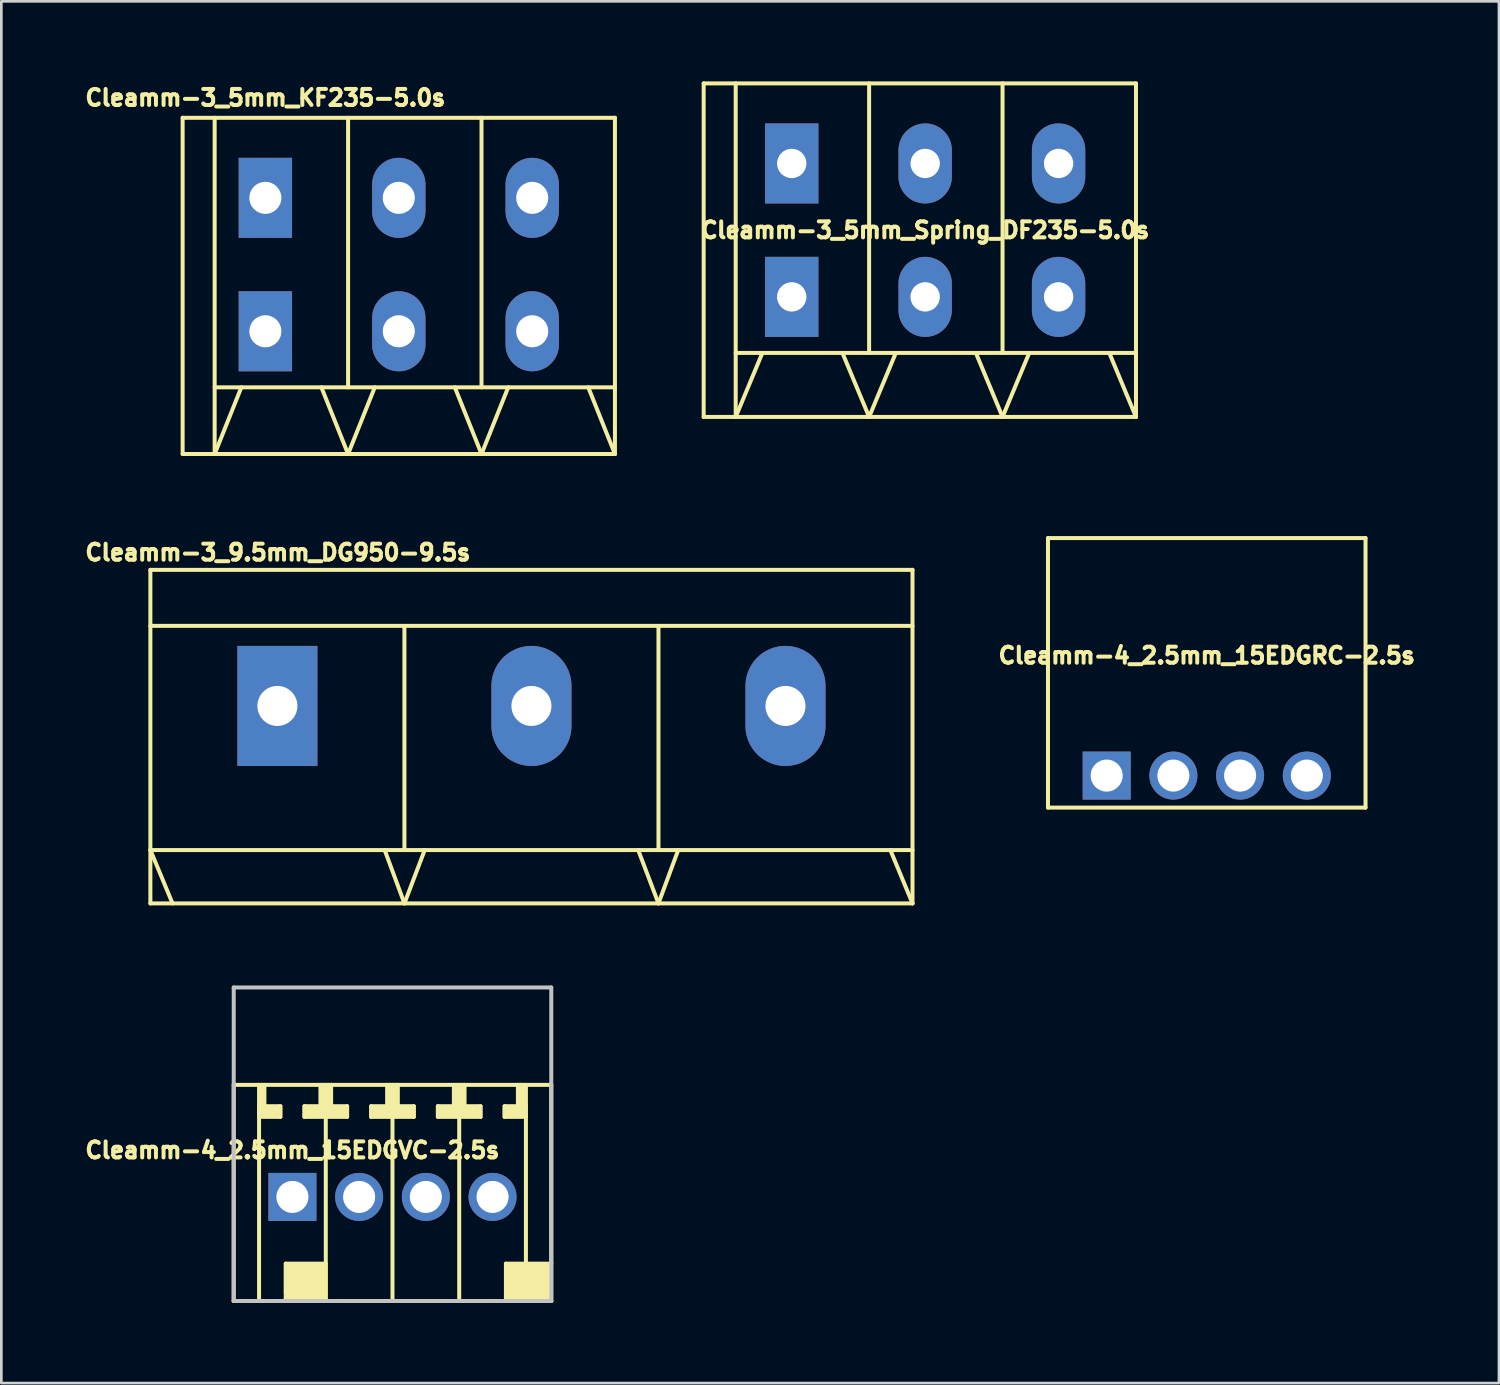
<source format=kicad_pcb>
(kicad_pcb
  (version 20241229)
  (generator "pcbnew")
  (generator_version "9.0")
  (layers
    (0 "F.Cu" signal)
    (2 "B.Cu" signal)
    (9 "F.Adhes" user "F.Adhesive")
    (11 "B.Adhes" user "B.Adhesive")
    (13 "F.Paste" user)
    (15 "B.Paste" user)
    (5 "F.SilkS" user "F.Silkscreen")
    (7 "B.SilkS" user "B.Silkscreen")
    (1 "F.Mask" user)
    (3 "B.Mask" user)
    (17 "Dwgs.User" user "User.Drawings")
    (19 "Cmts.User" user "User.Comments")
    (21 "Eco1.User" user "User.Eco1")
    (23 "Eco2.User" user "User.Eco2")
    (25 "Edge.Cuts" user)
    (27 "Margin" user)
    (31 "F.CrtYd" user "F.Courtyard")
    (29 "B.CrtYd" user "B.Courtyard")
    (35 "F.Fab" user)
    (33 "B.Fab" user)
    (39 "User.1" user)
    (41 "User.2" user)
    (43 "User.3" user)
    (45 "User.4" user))
  (footprint "Cleamm-4_2.5mm_15EDGVC-2.5s"
    (layer "F.Cu")
    (at 11.658 41.803)
    (property "Reference" "Cleamm-4_2.5mm_15EDGVC-2.5s" (at -3.75 -1.75 180) (layer "F.SilkS") (effects (font (size 0.6 0.6) (thickness 0.15))))
    (attr through_hole)
    (fp_line (start -5.95 -4.2) (end 5.95 -4.2) (stroke (width 0.15) (type solid)) (layer "F.SilkS"))
    (fp_line (start -5.95 3.9) (end -5.95 -4.2) (stroke (width 0.15) (type solid)) (layer "F.SilkS"))
    (fp_line (start -5 -4.2) (end -5 3.9) (stroke (width 0.15) (type solid)) (layer "F.SilkS"))
    (fp_line (start -5 -3.4) (end -4.2 -3.4) (stroke (width 0.15) (type solid)) (layer "F.SilkS"))
    (fp_line (start -5 -3.3) (end -4.2 -3.3) (stroke (width 0.15) (type solid)) (layer "F.SilkS"))
    (fp_line (start -5 -3.2) (end -4.2 -3.2) (stroke (width 0.15) (type solid)) (layer "F.SilkS"))
    (fp_line (start -4.9 -4.2) (end -4.9 -3.4) (stroke (width 0.15) (type solid)) (layer "F.SilkS"))
    (fp_line (start -4.8 -4.2) (end -4.8 -3.4) (stroke (width 0.15) (type solid)) (layer "F.SilkS"))
    (fp_line (start -4.2 -3.4) (end -4.2 -3) (stroke (width 0.15) (type solid)) (layer "F.SilkS"))
    (fp_line (start -4.2 -3.1) (end -5 -3.1) (stroke (width 0.15) (type solid)) (layer "F.SilkS"))
    (fp_line (start -4.2 -3) (end -5 -3) (stroke (width 0.15) (type solid)) (layer "F.SilkS"))
    (fp_line (start -4 2.5) (end -4 3.9) (stroke (width 0.15) (type solid)) (layer "F.SilkS"))
    (fp_line (start -4 2.5) (end -2.5 2.5) (stroke (width 0.15) (type solid)) (layer "F.SilkS"))
    (fp_line (start -4 2.7) (end -2.5 2.7) (stroke (width 0.15) (type solid)) (layer "F.SilkS"))
    (fp_line (start -4 2.9) (end -2.5 2.9) (stroke (width 0.15) (type solid)) (layer "F.SilkS"))
    (fp_line (start -4 3.1) (end -2.5 3.1) (stroke (width 0.15) (type solid)) (layer "F.SilkS"))
    (fp_line (start -4 3.3) (end -2.5 3.3) (stroke (width 0.15) (type solid)) (layer "F.SilkS"))
    (fp_line (start -4 3.5) (end -2.5 3.5) (stroke (width 0.15) (type solid)) (layer "F.SilkS"))
    (fp_line (start -4 3.8) (end -2.5 3.8) (stroke (width 0.15) (type solid)) (layer "F.SilkS"))
    (fp_line (start -3.9 3.7) (end -2.5 3.7) (stroke (width 0.15) (type solid)) (layer "F.SilkS"))
    (fp_line (start -3.3 -3.4) (end -3.3 -3) (stroke (width 0.15) (type solid)) (layer "F.SilkS"))
    (fp_line (start -3.3 -3.3) (end -1.7 -3.3) (stroke (width 0.15) (type solid)) (layer "F.SilkS"))
    (fp_line (start -3.3 -3.1) (end -1.7 -3.1) (stroke (width 0.15) (type solid)) (layer "F.SilkS"))
    (fp_line (start -3.3 -3) (end -1.7 -3) (stroke (width 0.15) (type solid)) (layer "F.SilkS"))
    (fp_line (start -2.7 -4.2) (end -2.7 -3.4) (stroke (width 0.15) (type solid)) (layer "F.SilkS"))
    (fp_line (start -2.7 -3.4) (end -3.3 -3.4) (stroke (width 0.15) (type solid)) (layer "F.SilkS"))
    (fp_line (start -2.6 -4.2) (end -2.6 -3.4) (stroke (width 0.15) (type solid)) (layer "F.SilkS"))
    (fp_line (start -2.5 -4.2) (end -2.5 3.9) (stroke (width 0.15) (type solid)) (layer "F.SilkS"))
    (fp_line (start -2.5 2.6) (end -4 2.6) (stroke (width 0.15) (type solid)) (layer "F.SilkS"))
    (fp_line (start -2.5 2.8) (end -4 2.8) (stroke (width 0.15) (type solid)) (layer "F.SilkS"))
    (fp_line (start -2.5 3) (end -4 3) (stroke (width 0.15) (type solid)) (layer "F.SilkS"))
    (fp_line (start -2.5 3.2) (end -4 3.2) (stroke (width 0.15) (type solid)) (layer "F.SilkS"))
    (fp_line (start -2.5 3.4) (end -4 3.4) (stroke (width 0.15) (type solid)) (layer "F.SilkS"))
    (fp_line (start -2.5 3.6) (end -4 3.6) (stroke (width 0.15) (type solid)) (layer "F.SilkS"))
    (fp_line (start -2.4 -4.2) (end -2.4 -3.4) (stroke (width 0.15) (type solid)) (layer "F.SilkS"))
    (fp_line (start -2.3 -4.2) (end -2.3 -3.4) (stroke (width 0.15) (type solid)) (layer "F.SilkS"))
    (fp_line (start -1.7 -3.4) (end -2.3 -3.4) (stroke (width 0.15) (type solid)) (layer "F.SilkS"))
    (fp_line (start -1.7 -3.2) (end -3.3 -3.2) (stroke (width 0.15) (type solid)) (layer "F.SilkS"))
    (fp_line (start -1.7 -3) (end -1.7 -3.4) (stroke (width 0.15) (type solid)) (layer "F.SilkS"))
    (fp_line (start -0.8 -3.4) (end -0.8 -3) (stroke (width 0.15) (type solid)) (layer "F.SilkS"))
    (fp_line (start -0.8 -3.3) (end 0.8 -3.3) (stroke (width 0.15) (type solid)) (layer "F.SilkS"))
    (fp_line (start -0.8 -3.1) (end 0.8 -3.1) (stroke (width 0.15) (type solid)) (layer "F.SilkS"))
    (fp_line (start -0.8 -3) (end 0.8 -3) (stroke (width 0.15) (type solid)) (layer "F.SilkS"))
    (fp_line (start -0.2 -4.2) (end -0.2 -3.4) (stroke (width 0.15) (type solid)) (layer "F.SilkS"))
    (fp_line (start -0.2 -3.4) (end -0.8 -3.4) (stroke (width 0.15) (type solid)) (layer "F.SilkS"))
    (fp_line (start -0.1 -4.2) (end -0.1 -3.4) (stroke (width 0.15) (type solid)) (layer "F.SilkS"))
    (fp_line (start 0 3.9) (end 0 -4.2) (stroke (width 0.15) (type solid)) (layer "F.SilkS"))
    (fp_line (start 0.1 -4.2) (end 0.1 -3.4) (stroke (width 0.15) (type solid)) (layer "F.SilkS"))
    (fp_line (start 0.2 -4.2) (end 0.2 -3.4) (stroke (width 0.15) (type solid)) (layer "F.SilkS"))
    (fp_line (start 0.8 -3.4) (end 0.2 -3.4) (stroke (width 0.15) (type solid)) (layer "F.SilkS"))
    (fp_line (start 0.8 -3.2) (end -0.8 -3.2) (stroke (width 0.15) (type solid)) (layer "F.SilkS"))
    (fp_line (start 0.8 -3) (end 0.8 -3.4) (stroke (width 0.15) (type solid)) (layer "F.SilkS"))
    (fp_line (start 1.7 -3.4) (end 1.7 -3) (stroke (width 0.15) (type solid)) (layer "F.SilkS"))
    (fp_line (start 1.7 -3.3) (end 3.3 -3.3) (stroke (width 0.15) (type solid)) (layer "F.SilkS"))
    (fp_line (start 1.7 -3.1) (end 3.3 -3.1) (stroke (width 0.15) (type solid)) (layer "F.SilkS"))
    (fp_line (start 1.7 -3) (end 3.3 -3) (stroke (width 0.15) (type solid)) (layer "F.SilkS"))
    (fp_line (start 2.3 -4.2) (end 2.3 -3.4) (stroke (width 0.15) (type solid)) (layer "F.SilkS"))
    (fp_line (start 2.3 -3.4) (end 1.7 -3.4) (stroke (width 0.15) (type solid)) (layer "F.SilkS"))
    (fp_line (start 2.4 -4.2) (end 2.4 -3.4) (stroke (width 0.15) (type solid)) (layer "F.SilkS"))
    (fp_line (start 2.5 3.9) (end 2.5 -4.2) (stroke (width 0.15) (type solid)) (layer "F.SilkS"))
    (fp_line (start 2.6 -4.2) (end 2.6 -3.4) (stroke (width 0.15) (type solid)) (layer "F.SilkS"))
    (fp_line (start 2.7 -4.2) (end 2.7 -3.4) (stroke (width 0.15) (type solid)) (layer "F.SilkS"))
    (fp_line (start 3.3 -3.4) (end 2.7 -3.4) (stroke (width 0.15) (type solid)) (layer "F.SilkS"))
    (fp_line (start 3.3 -3.2) (end 1.7 -3.2) (stroke (width 0.15) (type solid)) (layer "F.SilkS"))
    (fp_line (start 3.3 -3) (end 3.3 -3.4) (stroke (width 0.15) (type solid)) (layer "F.SilkS"))
    (fp_line (start 4.2 -3.4) (end 4.2 -3) (stroke (width 0.15) (type solid)) (layer "F.SilkS"))
    (fp_line (start 4.2 -3.1) (end 5 -3.1) (stroke (width 0.15) (type solid)) (layer "F.SilkS"))
    (fp_line (start 4.2 -3) (end 5 -3) (stroke (width 0.15) (type solid)) (layer "F.SilkS"))
    (fp_line (start 4.25 2.5) (end 4.25 3.9) (stroke (width 0.15) (type solid)) (layer "F.SilkS"))
    (fp_line (start 4.3 2.6) (end 5.9 2.6) (stroke (width 0.15) (type solid)) (layer "F.SilkS"))
    (fp_line (start 4.3 2.8) (end 5.9 2.8) (stroke (width 0.15) (type solid)) (layer "F.SilkS"))
    (fp_line (start 4.3 3) (end 5.9 3) (stroke (width 0.15) (type solid)) (layer "F.SilkS"))
    (fp_line (start 4.3 3.2) (end 5.9 3.2) (stroke (width 0.15) (type solid)) (layer "F.SilkS"))
    (fp_line (start 4.3 3.4) (end 5.9 3.4) (stroke (width 0.15) (type solid)) (layer "F.SilkS"))
    (fp_line (start 4.3 3.6) (end 5.9 3.6) (stroke (width 0.15) (type solid)) (layer "F.SilkS"))
    (fp_line (start 4.3 3.8) (end 5.9 3.8) (stroke (width 0.15) (type solid)) (layer "F.SilkS"))
    (fp_line (start 4.7 -4.2) (end 4.7 -3.4) (stroke (width 0.15) (type solid)) (layer "F.SilkS"))
    (fp_line (start 4.8 -3.4) (end 4.8 -4.2) (stroke (width 0.15) (type solid)) (layer "F.SilkS"))
    (fp_line (start 4.9 -4.2) (end 4.9 -3.4) (stroke (width 0.15) (type solid)) (layer "F.SilkS"))
    (fp_line (start 5 -3.4) (end 4.2 -3.4) (stroke (width 0.15) (type solid)) (layer "F.SilkS"))
    (fp_line (start 5 -3.3) (end 4.2 -3.3) (stroke (width 0.15) (type solid)) (layer "F.SilkS"))
    (fp_line (start 5 -3.2) (end 4.2 -3.2) (stroke (width 0.15) (type solid)) (layer "F.SilkS"))
    (fp_line (start 5 2.5) (end 5 -4.2) (stroke (width 0.15) (type solid)) (layer "F.SilkS"))
    (fp_line (start 5.9 2.7) (end 4.3 2.7) (stroke (width 0.15) (type solid)) (layer "F.SilkS"))
    (fp_line (start 5.9 2.9) (end 4.3 2.9) (stroke (width 0.15) (type solid)) (layer "F.SilkS"))
    (fp_line (start 5.9 3.1) (end 4.3 3.1) (stroke (width 0.15) (type solid)) (layer "F.SilkS"))
    (fp_line (start 5.9 3.3) (end 4.3 3.3) (stroke (width 0.15) (type solid)) (layer "F.SilkS"))
    (fp_line (start 5.9 3.5) (end 4.3 3.5) (stroke (width 0.15) (type solid)) (layer "F.SilkS"))
    (fp_line (start 5.9 3.7) (end 4.3 3.7) (stroke (width 0.15) (type solid)) (layer "F.SilkS"))
    (fp_line (start 5.95 2.5) (end 4.25 2.5) (stroke (width 0.15) (type solid)) (layer "F.SilkS"))
    (fp_line (start 5.95 3.9) (end -5.95 3.9) (stroke (width 0.15) (type solid)) (layer "F.SilkS"))
    (fp_line (start 5.95 3.9) (end 5.95 -4.2) (stroke (width 0.15) (type solid)) (layer "F.SilkS"))
    (fp_line (start -5.95 -7.85) (end -5.95 3.9) (stroke (width 0.15) (type solid)) (layer "Dwgs.User"))
    (fp_line (start -5.95 -7.85) (end 5.95 -7.85) (stroke (width 0.15) (type solid)) (layer "Dwgs.User"))
    (fp_line (start 5.95 3.9) (end -5.95 3.9) (stroke (width 0.15) (type solid)) (layer "Dwgs.User"))
    (fp_line (start 5.95 3.9) (end 5.95 -7.85) (stroke (width 0.15) (type solid)) (layer "Dwgs.User"))
    (pad "1" thru_hole rect (at -3.75 0) (size 1.8 1.8) (drill 1.2) (layers "*.Cu" "*.Mask"))
    (pad "2" thru_hole circle (at -1.25 0) (size 1.8 1.8) (drill 1.2) (layers "*.Cu" "*.Mask"))
    (pad "3" thru_hole circle (at 1.25 0) (size 1.8 1.8) (drill 1.2) (layers "*.Cu" "*.Mask"))
    (pad "4" thru_hole circle (at 3.75 0) (size 1.8 1.8) (drill 1.2) (layers "*.Cu" "*.Mask")))
  (footprint "Cleamm-3_9.5mm_DG950-9.5s"
    (layer "F.Cu")
    (at 16.865 23.404)
    (property "Reference" "Cleamm-3_9.5mm_DG950-9.5s" (at -9.5 -5.75 0) (layer "F.SilkS") (effects (font (size 0.6 0.6) (thickness 0.15))))
    (attr through_hole)
    (fp_line (start -14.28 -5.1) (end -14.28 7.4) (stroke (width 0.15) (type solid)) (layer "F.SilkS"))
    (fp_line (start -14.28 -5.1) (end 14.28 -5.1) (stroke (width 0.15) (type solid)) (layer "F.SilkS"))
    (fp_line (start -14.28 7.4) (end 14.28 7.4) (stroke (width 0.15) (type solid)) (layer "F.SilkS"))
    (fp_line (start -13.45 7.4) (end -14.28 5.4) (stroke (width 0.15) (type solid)) (layer "F.SilkS"))
    (fp_line (start -4.76 5.4) (end -4.76 -3) (stroke (width 0.15) (type solid)) (layer "F.SilkS"))
    (fp_line (start -4.76 7.4) (end -5.5 5.4) (stroke (width 0.15) (type solid)) (layer "F.SilkS"))
    (fp_line (start -4.76 7.4) (end -4 5.4) (stroke (width 0.15) (type solid)) (layer "F.SilkS"))
    (fp_line (start 4.76 5.4) (end 4.76 -3) (stroke (width 0.15) (type solid)) (layer "F.SilkS"))
    (fp_line (start 4.76 7.4) (end 4 5.4) (stroke (width 0.15) (type solid)) (layer "F.SilkS"))
    (fp_line (start 4.76 7.4) (end 5.5 5.4) (stroke (width 0.15) (type solid)) (layer "F.SilkS"))
    (fp_line (start 14.28 -3) (end -14.28 -3) (stroke (width 0.15) (type solid)) (layer "F.SilkS"))
    (fp_line (start 14.28 5.4) (end -14.28 5.4) (stroke (width 0.15) (type solid)) (layer "F.SilkS"))
    (fp_line (start 14.28 7.4) (end 13.45 5.4) (stroke (width 0.15) (type solid)) (layer "F.SilkS"))
    (fp_line (start 14.28 7.4) (end 14.28 -5.1) (stroke (width 0.15) (type solid)) (layer "F.SilkS"))
    (pad "1" thru_hole rect (at -9.52 0) (size 3 4.5) (drill 1.5) (layers "*.Cu" "*.Mask"))
    (pad "2" thru_hole oval (at 0 0) (size 3 4.5) (drill 1.5) (layers "*.Cu" "*.Mask"))
    (pad "3" thru_hole oval (at 9.52 0) (size 3 4.5) (drill 1.5) (layers "*.Cu" "*.Mask")))
  (footprint "Cleamm-4_2.5mm_15EDGRC-2.5s"
    (layer "F.Cu")
    (at 42.171 26.014)
    (property "Reference" "Cleamm-4_2.5mm_15EDGRC-2.5s" (at 0 -4.5 0) (layer "F.SilkS") (effects (font (size 0.6 0.6) (thickness 0.15))))
    (attr through_hole)
    (fp_line (start -5.95 -8.9) (end -5.95 1.2) (stroke (width 0.15) (type solid)) (layer "F.SilkS"))
    (fp_line (start 5.95 -8.9) (end -5.95 -8.9) (stroke (width 0.15) (type solid)) (layer "F.SilkS"))
    (fp_line (start 5.95 -8.9) (end 5.95 1.2) (stroke (width 0.15) (type solid)) (layer "F.SilkS"))
    (fp_line (start 5.95 1.2) (end -5.95 1.2) (stroke (width 0.15) (type solid)) (layer "F.SilkS"))
    (pad "1" thru_hole rect (at -3.75 0) (size 1.8 1.8) (drill 1.2) (layers "*.Cu" "*.Mask"))
    (pad "2" thru_hole circle (at -1.25 0) (size 1.8 1.8) (drill 1.2) (layers "*.Cu" "*.Mask"))
    (pad "3" thru_hole circle (at 1.25 0) (size 1.8 1.8) (drill 1.2) (layers "*.Cu" "*.Mask"))
    (pad "4" thru_hole circle (at 3.75 0) (size 1.8 1.8) (drill 1.2) (layers "*.Cu" "*.Mask")))
  (footprint "Cleamm-3_5mm_KF235-5.0s"
    (layer "F.Cu")
    (at 6.894 6.864)
    (property "Reference" "Cleamm-3_5mm_KF235-5.0s" (at 0 -6.25 0) (layer "F.SilkS") (effects (font (size 0.6 0.6) (thickness 0.15))))
    (attr through_hole)
    (fp_line (start -3.1 -5.5) (end -3.1 7.1) (stroke (width 0.15) (type solid)) (layer "F.SilkS"))
    (fp_line (start -1.9 -5.5) (end -1.9 7.1) (stroke (width 0.15) (type solid)) (layer "F.SilkS"))
    (fp_line (start -1.9 7.1) (end -0.9 4.6) (stroke (width 0.15) (type solid)) (layer "F.SilkS"))
    (fp_line (start 2.1 4.6) (end 3.1 7.1) (stroke (width 0.15) (type solid)) (layer "F.SilkS"))
    (fp_line (start 3.1 4.6) (end 3.1 -5.5) (stroke (width 0.15) (type solid)) (layer "F.SilkS"))
    (fp_line (start 3.1 7.1) (end 4.1 4.6) (stroke (width 0.15) (type solid)) (layer "F.SilkS"))
    (fp_line (start 7.1 4.6) (end 8.1 7.1) (stroke (width 0.15) (type solid)) (layer "F.SilkS"))
    (fp_line (start 8.1 4.6) (end 8.1 -5.5) (stroke (width 0.15) (type solid)) (layer "F.SilkS"))
    (fp_line (start 8.1 7.1) (end 9.1 4.6) (stroke (width 0.15) (type solid)) (layer "F.SilkS"))
    (fp_line (start 13.1 -5.5) (end -3.1 -5.5) (stroke (width 0.15) (type solid)) (layer "F.SilkS"))
    (fp_line (start 13.1 -5.5) (end 13.1 7.1) (stroke (width 0.15) (type solid)) (layer "F.SilkS"))
    (fp_line (start 13.1 4.6) (end -1.9 4.6) (stroke (width 0.15) (type solid)) (layer "F.SilkS"))
    (fp_line (start 13.1 7.1) (end -3.1 7.1) (stroke (width 0.15) (type solid)) (layer "F.SilkS"))
    (fp_line (start 13.1 7.1) (end 12.1 4.6) (stroke (width 0.15) (type solid)) (layer "F.SilkS"))
    (pad "1" thru_hole rect (at 0 -2.5) (size 2 3) (drill 1.2) (layers "*.Cu" "*.Mask"))
    (pad "1" thru_hole rect (at 0 2.5) (size 2 3) (drill 1.2) (layers "*.Cu" "*.Mask"))
    (pad "2" thru_hole oval (at 5 -2.5) (size 2 3) (drill 1.2) (layers "*.Cu" "*.Mask"))
    (pad "2" thru_hole oval (at 5 2.5) (size 2 3) (drill 1.2) (layers "*.Cu" "*.Mask"))
    (pad "3" thru_hole oval (at 10 -2.5) (size 2 3) (drill 1.2) (layers "*.Cu" "*.Mask"))
    (pad "3" thru_hole oval (at 10 2.5) (size 2 3) (drill 1.2) (layers "*.Cu" "*.Mask")))
  (footprint "Cleamm-3_5mm_Spring_DF235-5.0s"
    (layer "F.Cu")
    (at 31.619 5.575)
    (property "Reference" "Cleamm-3_5mm_Spring_DF235-5.0s" (at 0 0 0) (layer "F.SilkS") (effects (font (size 0.6 0.6) (thickness 0.15))))
    (attr through_hole)
    (fp_line (start -8.3 -5.5) (end -8.3 7) (stroke (width 0.15) (type solid)) (layer "F.SilkS"))
    (fp_line (start -7.1 -5.5) (end -7.1 7) (stroke (width 0.15) (type solid)) (layer "F.SilkS"))
    (fp_line (start -7.1 7) (end -6.1 4.6) (stroke (width 0.15) (type solid)) (layer "F.SilkS"))
    (fp_line (start -3.1 4.6) (end -2.1 7) (stroke (width 0.15) (type solid)) (layer "F.SilkS"))
    (fp_line (start -2.1 4.6) (end -2.1 -5.5) (stroke (width 0.15) (type solid)) (layer "F.SilkS"))
    (fp_line (start -2.1 7) (end -1.1 4.6) (stroke (width 0.15) (type solid)) (layer "F.SilkS"))
    (fp_line (start 2.9 4.6) (end 2.9 -5.5) (stroke (width 0.15) (type solid)) (layer "F.SilkS"))
    (fp_line (start 2.9 7) (end 1.9 4.6) (stroke (width 0.15) (type solid)) (layer "F.SilkS"))
    (fp_line (start 2.9 7) (end 3.9 4.6) (stroke (width 0.15) (type solid)) (layer "F.SilkS"))
    (fp_line (start 7.9 -5.5) (end -8.3 -5.5) (stroke (width 0.15) (type solid)) (layer "F.SilkS"))
    (fp_line (start 7.9 -5.5) (end 7.9 7) (stroke (width 0.15) (type solid)) (layer "F.SilkS"))
    (fp_line (start 7.9 4.6) (end -7.1 4.6) (stroke (width 0.15) (type solid)) (layer "F.SilkS"))
    (fp_line (start 7.9 7) (end -8.3 7) (stroke (width 0.15) (type solid)) (layer "F.SilkS"))
    (fp_line (start 7.9 7) (end 6.9 4.6) (stroke (width 0.15) (type solid)) (layer "F.SilkS"))
    (pad "1" thru_hole rect (at -5 -2.5) (size 2 3) (drill 1.1) (layers "*.Cu" "*.Mask"))
    (pad "1" thru_hole rect (at -5 2.5) (size 2 3) (drill 1.1) (layers "*.Cu" "*.Mask"))
    (pad "2" thru_hole oval (at 0 -2.5) (size 2 3) (drill 1.1) (layers "*.Cu" "*.Mask"))
    (pad "2" thru_hole oval (at 0 2.5) (size 2 3) (drill 1.1) (layers "*.Cu" "*.Mask"))
    (pad "3" thru_hole oval (at 5 -2.5) (size 2 3) (drill 1.1) (layers "*.Cu" "*.Mask"))
    (pad "3" thru_hole oval (at 5 2.5) (size 2 3) (drill 1.1) (layers "*.Cu" "*.Mask")))
  (gr_rect
    (start -3 -3)
    (end 53.121 48.779)
    (stroke (width 0.1) (type default))
    (fill no)
    (layer "Edge.Cuts")))
</source>
